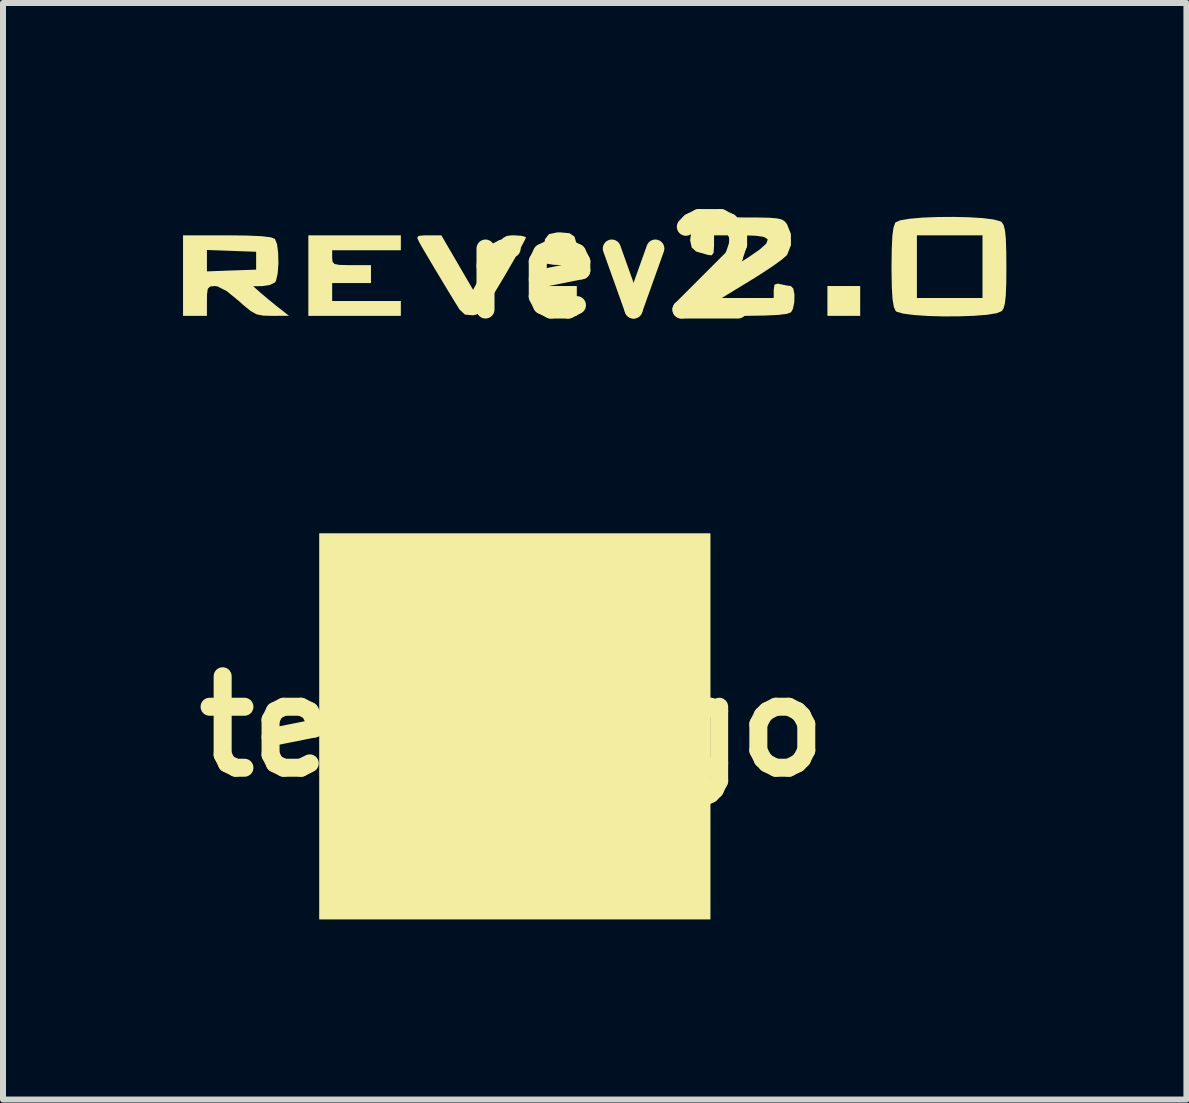
<source format=kicad_pcb>
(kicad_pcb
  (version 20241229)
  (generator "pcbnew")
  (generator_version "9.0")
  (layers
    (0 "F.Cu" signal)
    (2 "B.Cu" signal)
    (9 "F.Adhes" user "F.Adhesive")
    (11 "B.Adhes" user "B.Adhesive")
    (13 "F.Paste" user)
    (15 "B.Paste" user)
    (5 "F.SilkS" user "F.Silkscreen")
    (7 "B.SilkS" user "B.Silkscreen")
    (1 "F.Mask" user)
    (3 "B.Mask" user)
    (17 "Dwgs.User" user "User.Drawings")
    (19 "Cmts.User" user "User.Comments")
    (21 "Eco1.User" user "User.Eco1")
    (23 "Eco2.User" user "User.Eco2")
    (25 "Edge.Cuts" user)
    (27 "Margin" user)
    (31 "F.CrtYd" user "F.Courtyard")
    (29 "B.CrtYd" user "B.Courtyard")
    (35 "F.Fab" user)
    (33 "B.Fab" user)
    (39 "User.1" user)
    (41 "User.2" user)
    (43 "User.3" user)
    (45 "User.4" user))
  (footprint "test_logo"
    (layer "F.Cu")
    (at 5.486 9.053)
    (property "Reference" "test_logo" (at 0 0 0) (layer "F.SilkS") (effects (font (size 1.524 1.524) (thickness 0.3))))
    (attr board_only exclude_from_pos_files exclude_from_bom)
    (fp_poly (pts (xy 3.302 3.217) (xy -3.217 3.217) (xy -3.217 -3.217) (xy 3.302 -3.217)) (stroke (width 0) (type solid)) (fill yes) (layer "F.SilkS")))
  (footprint "rev2"
    (layer "F.Cu")
    (at 7.108 1.418)
    (property "Reference" "rev2" (at 0 0 0) (layer "F.SilkS") (effects (font (size 1.524 1.524) (thickness 0.3))))
    (attr board_only exclude_from_pos_files exclude_from_bom)
    (fp_poly (pts (xy -0.547 0.795) (xy -1.094 0.795) (xy -1.094 0.298) (xy -0.547 0.298)) (stroke (width 0) (type solid)) (fill yes) (layer "F.SilkS"))
    (fp_poly (pts (xy 4.175 0.795) (xy 3.629 0.795) (xy 3.629 0.298) (xy 4.175 0.298)) (stroke (width 0) (type solid)) (fill yes) (layer "F.SilkS"))
    (fp_poly (pts (xy -0.668 -0.582) (xy -0.585 -0.525) (xy -0.551 -0.404) (xy -0.547 -0.293) (xy -0.547 -0.05) (xy -0.787 -0.05) (xy -0.934 -0.056) (xy -1.037 -0.072) (xy -1.06 -0.083) (xy -1.081 -0.149) (xy -1.093 -0.275) (xy -1.094 -0.326) (xy -1.077 -0.483) (xy -1.012 -0.566) (xy -0.878 -0.595) (xy -0.82 -0.596)) (stroke (width 0) (type solid)) (fill yes) (layer "F.SilkS"))
    (fp_poly (pts (xy -3.479 -0.298) (xy -4.623 -0.298) (xy -4.623 -0.174) (xy -4.617 -0.107) (xy -4.585 -0.07) (xy -4.504 -0.054) (xy -4.352 -0.05) (xy -4.3 -0.05) (xy -3.977 -0.05) (xy -3.977 0.249) (xy -4.623 0.249) (xy -4.623 0.547) (xy -3.479 0.547) (xy -3.479 0.795) (xy -5.02 0.795) (xy -5.02 -0.547) (xy -3.479 -0.547)) (stroke (width 0) (type solid)) (fill yes) (layer "F.SilkS"))
    (fp_poly (pts (xy -2.275 0.361) (xy -2.028 -0.093) (xy -1.917 -0.296) (xy -1.838 -0.427) (xy -1.776 -0.502) (xy -1.716 -0.536) (xy -1.641 -0.546) (xy -1.587 -0.547) (xy -1.464 -0.538) (xy -1.398 -0.517) (xy -1.394 -0.509) (xy -1.419 -0.456) (xy -1.485 -0.332) (xy -1.584 -0.156) (xy -1.707 0.057) (xy -1.761 0.149) (xy -1.908 0.394) (xy -2.016 0.566) (xy -2.097 0.678) (xy -2.163 0.743) (xy -2.223 0.775) (xy -2.278 0.786) (xy -2.411 0.774) (xy -2.5 0.691) (xy -2.503 0.686) (xy -2.575 0.57) (xy -2.678 0.401) (xy -2.798 0.202) (xy -2.922 -0.004) (xy -3.035 -0.195) (xy -3.124 -0.346) (xy -3.175 -0.436) (xy -3.176 -0.438) (xy -3.206 -0.505) (xy -3.184 -0.537) (xy -3.092 -0.546) (xy -3.019 -0.547) (xy -2.804 -0.547)) (stroke (width 0) (type solid)) (fill yes) (layer "F.SilkS"))
    (fp_poly (pts (xy -6.037 -0.543) (xy -5.795 -0.532) (xy -5.643 -0.513) (xy -5.577 -0.487) (xy -5.542 -0.401) (xy -5.523 -0.253) (xy -5.519 -0.079) (xy -5.531 0.087) (xy -5.558 0.207) (xy -5.577 0.239) (xy -5.667 0.282) (xy -5.788 0.3) (xy -5.94 0.301) (xy -5.815 0.412) (xy -5.692 0.516) (xy -5.547 0.634) (xy -5.516 0.658) (xy -5.343 0.794) (xy -5.625 0.795) (xy -5.776 0.791) (xy -5.884 0.769) (xy -5.984 0.713) (xy -6.109 0.61) (xy -6.179 0.547) (xy -6.38 0.383) (xy -6.532 0.305) (xy -6.581 0.298) (xy -6.658 0.306) (xy -6.696 0.345) (xy -6.709 0.441) (xy -6.71 0.547) (xy -6.71 0.795) (xy -7.108 0.795) (xy -7.108 -0.302) (xy -6.71 -0.302) (xy -6.71 0.054) (xy -6.3 0.039) (xy -5.89 0.025) (xy -5.89 -0.273) (xy -6.71 -0.302) (xy -7.108 -0.302) (xy -7.108 -0.547) (xy -6.372 -0.547)) (stroke (width 0) (type solid)) (fill yes) (layer "F.SilkS"))
    (fp_poly (pts (xy 5.984 -0.848) (xy 6.215 -0.834) (xy 6.398 -0.811) (xy 6.512 -0.78) (xy 6.533 -0.767) (xy 6.566 -0.716) (xy 6.588 -0.628) (xy 6.602 -0.489) (xy 6.609 -0.281) (xy 6.611 -0.025) (xy 6.609 0.258) (xy 6.601 0.458) (xy 6.586 0.591) (xy 6.563 0.673) (xy 6.533 0.717) (xy 6.449 0.751) (xy 6.289 0.777) (xy 6.073 0.794) (xy 5.823 0.803) (xy 5.558 0.804) (xy 5.301 0.797) (xy 5.072 0.781) (xy 4.893 0.758) (xy 4.784 0.727) (xy 4.765 0.713) (xy 4.735 0.644) (xy 4.714 0.517) (xy 4.713 0.497) (xy 5.12 0.497) (xy 6.213 0.497) (xy 6.213 -0.547) (xy 5.12 -0.547) (xy 5.12 0.497) (xy 4.713 0.497) (xy 4.702 0.317) (xy 4.697 0.034) (xy 4.697 -0.025) (xy 4.701 -0.324) (xy 4.711 -0.537) (xy 4.73 -0.677) (xy 4.759 -0.755) (xy 4.765 -0.763) (xy 4.843 -0.797) (xy 4.999 -0.823) (xy 5.212 -0.842) (xy 5.461 -0.852) (xy 5.725 -0.854)) (stroke (width 0) (type solid)) (fill yes) (layer "F.SilkS"))
    (fp_poly (pts (xy 2.462 -0.844) (xy 2.656 -0.84) (xy 2.784 -0.83) (xy 2.864 -0.812) (xy 2.914 -0.783) (xy 2.951 -0.74) (xy 2.955 -0.735) (xy 3.02 -0.57) (xy 3.022 -0.386) (xy 2.96 -0.227) (xy 2.945 -0.208) (xy 2.869 -0.142) (xy 2.728 -0.04) (xy 2.543 0.083) (xy 2.363 0.196) (xy 1.869 0.497) (xy 2.734 0.497) (xy 2.734 0.367) (xy 2.747 0.275) (xy 2.803 0.258) (xy 2.846 0.267) (xy 2.961 0.291) (xy 3.02 0.298) (xy 3.061 0.341) (xy 3.08 0.444) (xy 3.077 0.571) (xy 3.052 0.684) (xy 3.022 0.736) (xy 2.956 0.761) (xy 2.812 0.779) (xy 2.583 0.79) (xy 2.263 0.795) (xy 2.127 0.795) (xy 1.292 0.795) (xy 1.292 0.65) (xy 1.297 0.574) (xy 1.318 0.508) (xy 1.369 0.441) (xy 1.459 0.363) (xy 1.602 0.264) (xy 1.809 0.133) (xy 2.036 -0.007) (xy 2.314 -0.181) (xy 2.505 -0.314) (xy 2.612 -0.411) (xy 2.635 -0.478) (xy 2.576 -0.519) (xy 2.437 -0.54) (xy 2.219 -0.547) (xy 2.187 -0.547) (xy 1.74 -0.547) (xy 1.74 -0.369) (xy 1.732 -0.253) (xy 1.699 -0.213) (xy 1.64 -0.22) (xy 1.503 -0.259) (xy 1.441 -0.277) (xy 1.368 -0.343) (xy 1.341 -0.465) (xy 1.361 -0.611) (xy 1.419 -0.735) (xy 1.456 -0.779) (xy 1.503 -0.809) (xy 1.579 -0.828) (xy 1.701 -0.839) (xy 1.885 -0.844) (xy 2.15 -0.845) (xy 2.187 -0.845)) (stroke (width 0) (type solid)) (fill yes) (layer "F.SilkS")))
  (gr_rect
    (start -3 -3)
    (end 16.719 15.271)
    (stroke (width 0.1) (type default))
    (fill no)
    (layer "Edge.Cuts")))
</source>
